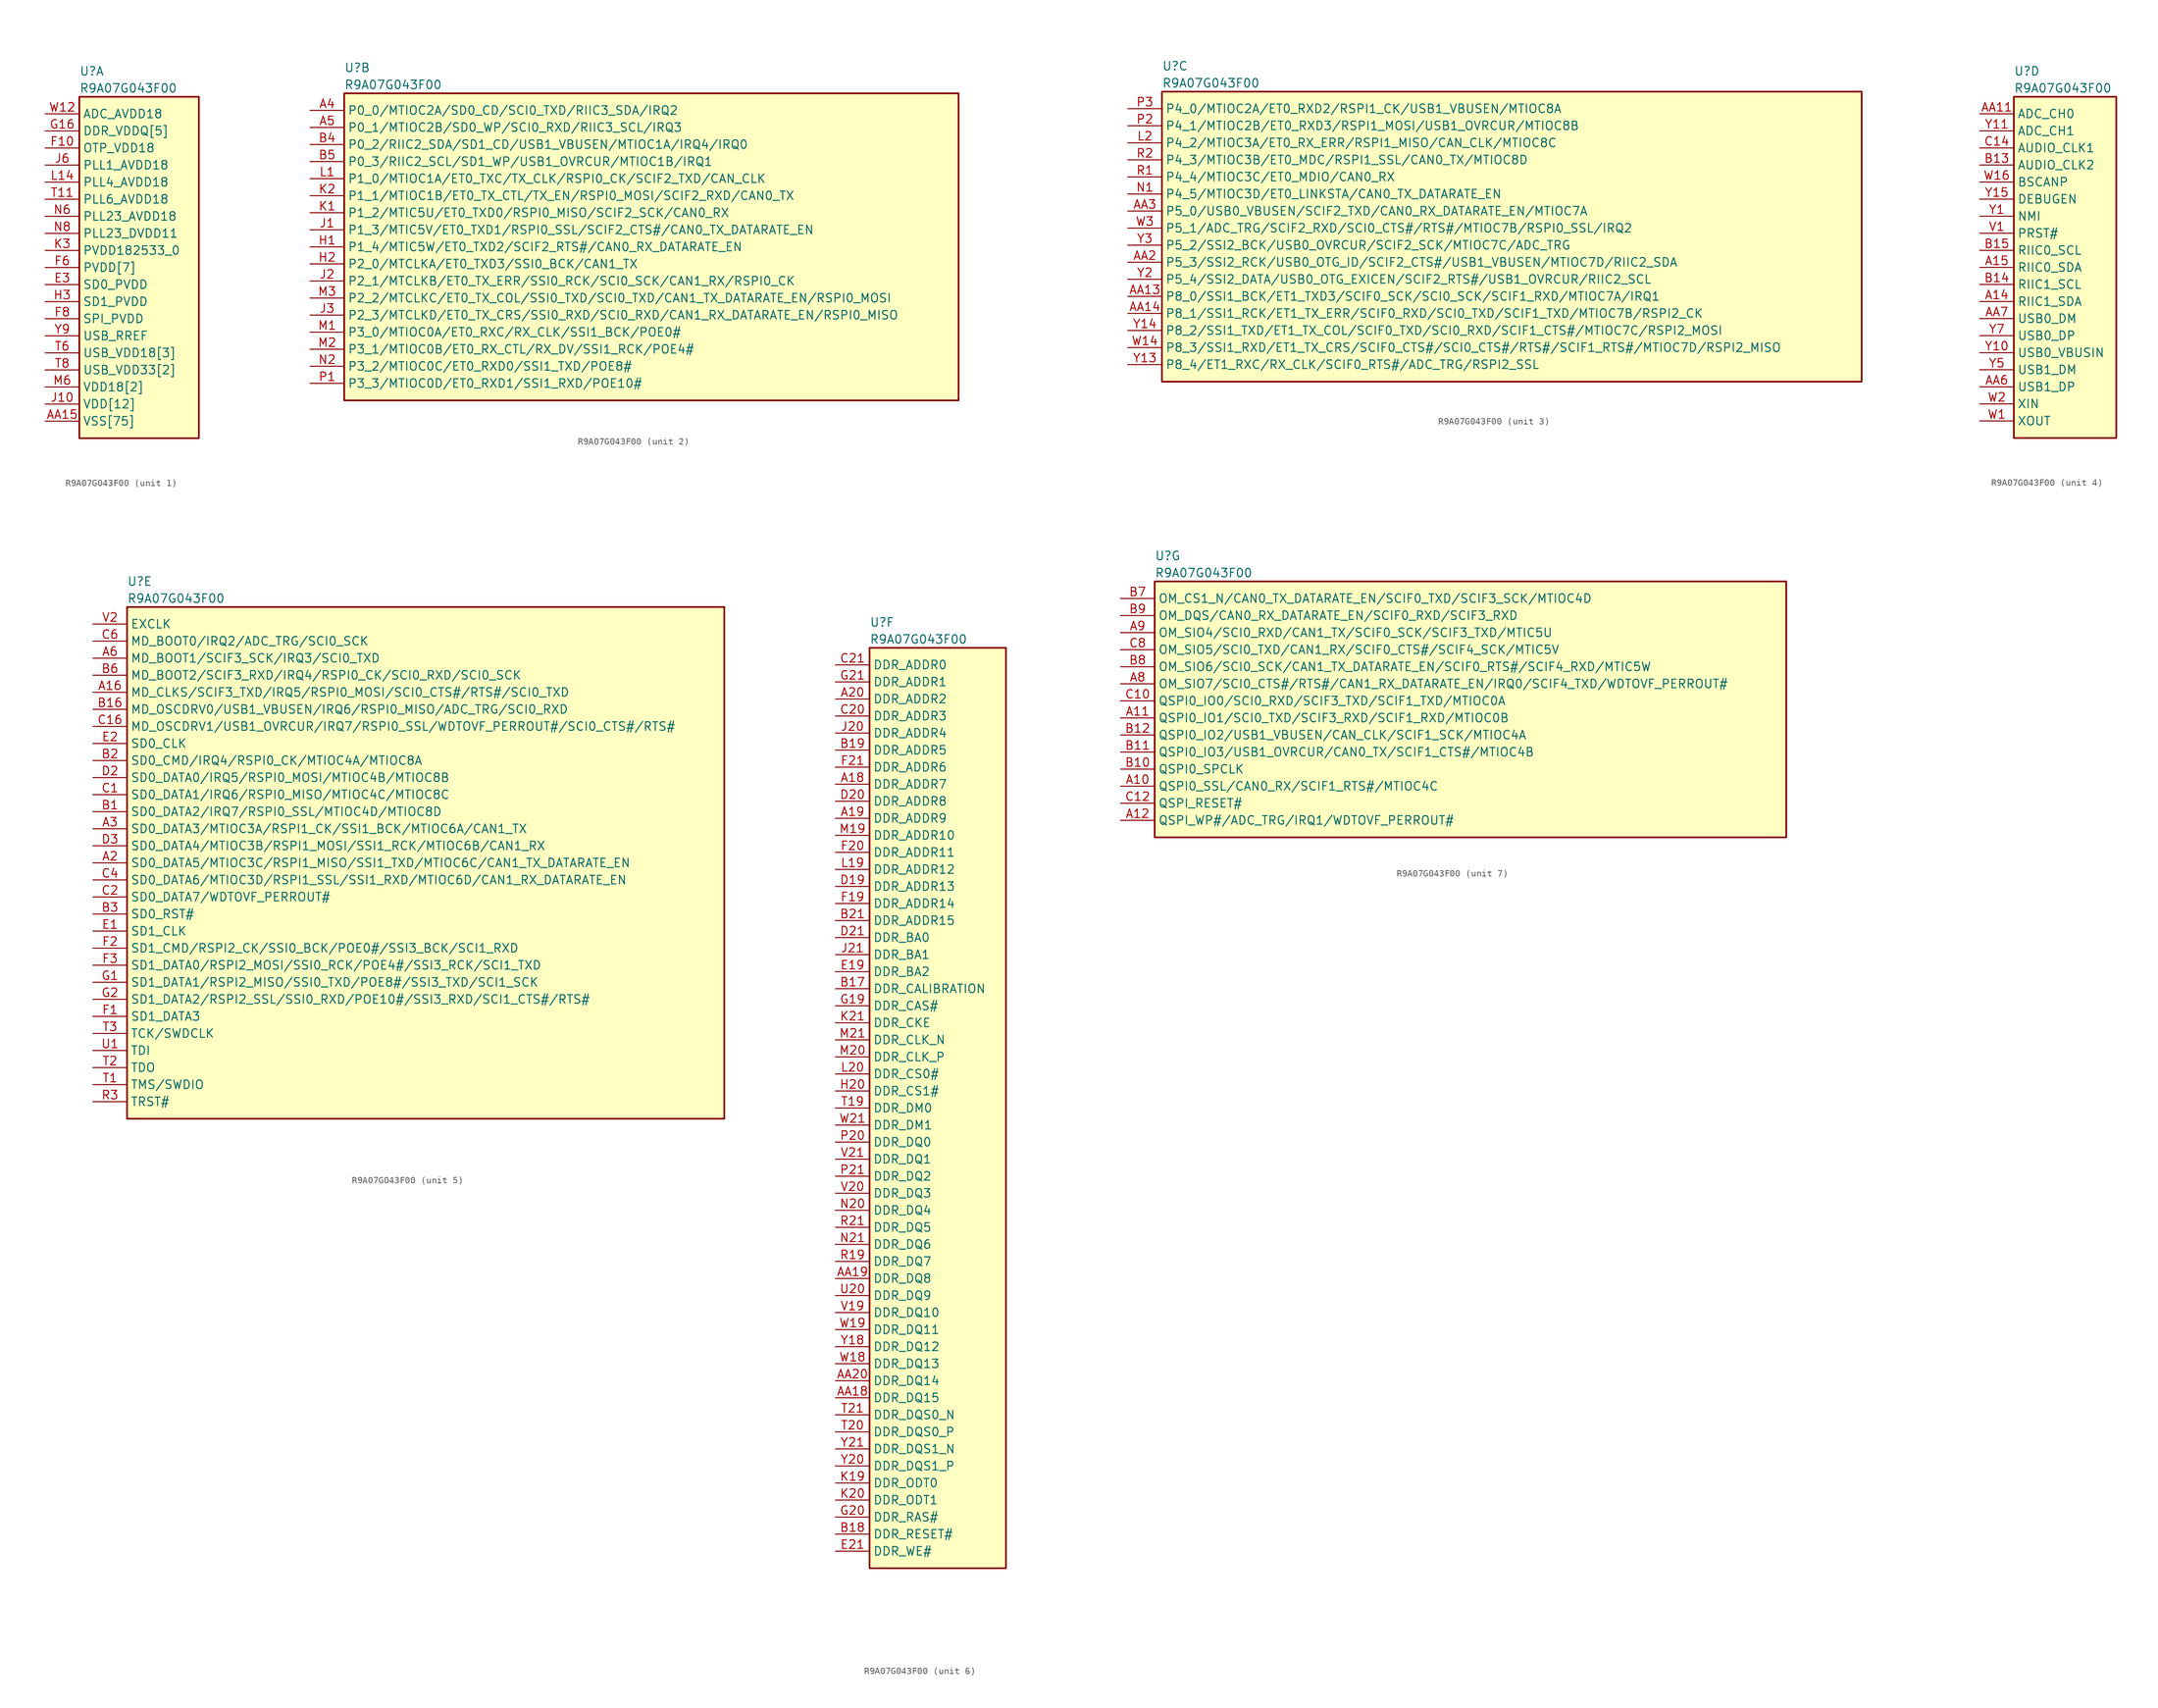
<source format=kicad_sym>
(kicad_symbol_lib
  (version 20211014)
  (generator kicad_symbol_editor)
  (symbol "﻿R9A07G043F00"
    (property "Reference" "U"
      (at 5.08 6.35 0)
      (effects (font (size 1.27 1.27)) (justify left)))
    (property "Value" "﻿R9A07G043F00"
      (at 5.08 3.81 0)
      (effects (font (size 1.27 1.27)) (justify left)))
    (property "ki_locked" ""
      (at 0 0 0)
      (effects (font (size 1.27 1.27))))
    (symbol "﻿R9A07G043F00_1_1"
      (rectangle (start 5.08 2.54) (end 22.86 -48.26) (stroke (width 0.254) (type default) (color 0 0 0 0)) (fill (type background)))
      (pin passive line (at 0 -45.72 0) (length 5.08) hide (name "VSS[75]" (effects (font (size 1.27 1.27)))) (number "A1" (effects (font (size 1.27 1.27)))))
      (pin passive line (at 0 -45.72 0) (length 5.08) hide (name "VSS[75]" (effects (font (size 1.27 1.27)))) (number "A13" (effects (font (size 1.27 1.27)))))
      (pin passive line (at 0 -45.72 0) (length 5.08) hide (name "VSS[75]" (effects (font (size 1.27 1.27)))) (number "A17" (effects (font (size 1.27 1.27)))))
      (pin passive line (at 0 -45.72 0) (length 5.08) hide (name "VSS[75]" (effects (font (size 1.27 1.27)))) (number "A21" (effects (font (size 1.27 1.27)))))
      (pin passive line (at 0 -45.72 0) (length 5.08) hide (name "VSS[75]" (effects (font (size 1.27 1.27)))) (number "A7" (effects (font (size 1.27 1.27)))))
      (pin passive line (at 0 -45.72 0) (length 5.08) hide (name "VSS[75]" (effects (font (size 1.27 1.27)))) (number "AA1" (effects (font (size 1.27 1.27)))))
      (pin passive line (at 0 -45.72 0) (length 5.08) hide (name "VSS[75]" (effects (font (size 1.27 1.27)))) (number "AA10" (effects (font (size 1.27 1.27)))))
      (pin passive line (at 0 -45.72 0) (length 5.08) hide (name "VSS[75]" (effects (font (size 1.27 1.27)))) (number "AA12" (effects (font (size 1.27 1.27)))))
      (pin power_in line (at 0 -45.72 0) (length 5.08) (name "VSS[75]" (effects (font (size 1.27 1.27)))) (number "AA15" (effects (font (size 1.27 1.27)))))
      (pin passive line (at 0 -45.72 0) (length 5.08) hide (name "VSS[75]" (effects (font (size 1.27 1.27)))) (number "AA16" (effects (font (size 1.27 1.27)))))
      (pin passive line (at 0 -45.72 0) (length 5.08) hide (name "VSS[75]" (effects (font (size 1.27 1.27)))) (number "AA17" (effects (font (size 1.27 1.27)))))
      (pin passive line (at 0 -45.72 0) (length 5.08) hide (name "VSS[75]" (effects (font (size 1.27 1.27)))) (number "AA21" (effects (font (size 1.27 1.27)))))
      (pin passive line (at 0 -45.72 0) (length 5.08) hide (name "VSS[75]" (effects (font (size 1.27 1.27)))) (number "AA4" (effects (font (size 1.27 1.27)))))
      (pin passive line (at 0 -45.72 0) (length 5.08) hide (name "VSS[75]" (effects (font (size 1.27 1.27)))) (number "AA5" (effects (font (size 1.27 1.27)))))
      (pin passive line (at 0 -45.72 0) (length 5.08) hide (name "VSS[75]" (effects (font (size 1.27 1.27)))) (number "AA8" (effects (font (size 1.27 1.27)))))
      (pin passive line (at 0 -45.72 0) (length 5.08) hide (name "VSS[75]" (effects (font (size 1.27 1.27)))) (number "AA9" (effects (font (size 1.27 1.27)))))
      (pin passive line (at 0 -45.72 0) (length 5.08) hide (name "VSS[75]" (effects (font (size 1.27 1.27)))) (number "B20" (effects (font (size 1.27 1.27)))))
      (pin passive line (at 0 -45.72 0) (length 5.08) hide (name "VSS[75]" (effects (font (size 1.27 1.27)))) (number "C18" (effects (font (size 1.27 1.27)))))
      (pin passive line (at 0 -45.72 0) (length 5.08) hide (name "VSS[75]" (effects (font (size 1.27 1.27)))) (number "C19" (effects (font (size 1.27 1.27)))))
      (pin passive line (at 0 -45.72 0) (length 5.08) hide (name "VSS[75]" (effects (font (size 1.27 1.27)))) (number "C3" (effects (font (size 1.27 1.27)))))
      (pin passive line (at 0 -45.72 0) (length 5.08) hide (name "VSS[75]" (effects (font (size 1.27 1.27)))) (number "D1" (effects (font (size 1.27 1.27)))))
      (pin passive line (at 0 -45.72 0) (length 5.08) hide (name "VSS[75]" (effects (font (size 1.27 1.27)))) (number "E20" (effects (font (size 1.27 1.27)))))
      (pin power_in line (at 0 -25.4 0) (length 5.08) (name "SD0_PVDD" (effects (font (size 1.27 1.27)))) (number "E3" (effects (font (size 1.27 1.27)))))
      (pin power_in line (at 0 -5.08 0) (length 5.08) (name "OTP_VDD18" (effects (font (size 1.27 1.27)))) (number "F10" (effects (font (size 1.27 1.27)))))
      (pin passive line (at 0 -45.72 0) (length 5.08) hide (name "VSS[75]" (effects (font (size 1.27 1.27)))) (number "F11" (effects (font (size 1.27 1.27)))))
      (pin passive line (at 0 -22.86 0) (length 5.08) hide (name "PVDD[7]" (effects (font (size 1.27 1.27)))) (number "F12" (effects (font (size 1.27 1.27)))))
      (pin passive line (at 0 -45.72 0) (length 5.08) hide (name "VSS[75]" (effects (font (size 1.27 1.27)))) (number "F13" (effects (font (size 1.27 1.27)))))
      (pin passive line (at 0 -22.86 0) (length 5.08) hide (name "PVDD[7]" (effects (font (size 1.27 1.27)))) (number "F14" (effects (font (size 1.27 1.27)))))
      (pin passive line (at 0 -45.72 0) (length 5.08) hide (name "VSS[75]" (effects (font (size 1.27 1.27)))) (number "F15" (effects (font (size 1.27 1.27)))))
      (pin passive line (at 0 -45.72 0) (length 5.08) hide (name "VSS[75]" (effects (font (size 1.27 1.27)))) (number "F16" (effects (font (size 1.27 1.27)))))
      (pin power_in line (at 0 -22.86 0) (length 5.08) (name "PVDD[7]" (effects (font (size 1.27 1.27)))) (number "F6" (effects (font (size 1.27 1.27)))))
      (pin passive line (at 0 -45.72 0) (length 5.08) hide (name "VSS[75]" (effects (font (size 1.27 1.27)))) (number "F7" (effects (font (size 1.27 1.27)))))
      (pin power_in line (at 0 -30.48 0) (length 5.08) (name "SPI_PVDD" (effects (font (size 1.27 1.27)))) (number "F8" (effects (font (size 1.27 1.27)))))
      (pin passive line (at 0 -45.72 0) (length 5.08) hide (name "VSS[75]" (effects (font (size 1.27 1.27)))) (number "F9" (effects (font (size 1.27 1.27)))))
      (pin power_in line (at 0 -2.54 0) (length 5.08) (name "DDR_VDDQ[5]" (effects (font (size 1.27 1.27)))) (number "G16" (effects (font (size 1.27 1.27)))))
      (pin passive line (at 0 -45.72 0) (length 5.08) hide (name "VSS[75]" (effects (font (size 1.27 1.27)))) (number "G3" (effects (font (size 1.27 1.27)))))
      (pin passive line (at 0 -45.72 0) (length 5.08) hide (name "VSS[75]" (effects (font (size 1.27 1.27)))) (number "G6" (effects (font (size 1.27 1.27)))))
      (pin passive line (at 0 -45.72 0) (length 5.08) hide (name "VSS[75]" (effects (font (size 1.27 1.27)))) (number "H11" (effects (font (size 1.27 1.27)))))
      (pin passive line (at 0 -45.72 0) (length 5.08) hide (name "VSS[75]" (effects (font (size 1.27 1.27)))) (number "H13" (effects (font (size 1.27 1.27)))))
      (pin passive line (at 0 -45.72 0) (length 5.08) hide (name "VSS[75]" (effects (font (size 1.27 1.27)))) (number "H16" (effects (font (size 1.27 1.27)))))
      (pin passive line (at 0 -45.72 0) (length 5.08) hide (name "VSS[75]" (effects (font (size 1.27 1.27)))) (number "H19" (effects (font (size 1.27 1.27)))))
      (pin passive line (at 0 -45.72 0) (length 5.08) hide (name "VSS[75]" (effects (font (size 1.27 1.27)))) (number "H21" (effects (font (size 1.27 1.27)))))
      (pin power_in line (at 0 -27.94 0) (length 5.08) (name "SD1_PVDD" (effects (font (size 1.27 1.27)))) (number "H3" (effects (font (size 1.27 1.27)))))
      (pin passive line (at 0 -45.72 0) (length 5.08) hide (name "VSS[75]" (effects (font (size 1.27 1.27)))) (number "H6" (effects (font (size 1.27 1.27)))))
      (pin passive line (at 0 -45.72 0) (length 5.08) hide (name "VSS[75]" (effects (font (size 1.27 1.27)))) (number "H9" (effects (font (size 1.27 1.27)))))
      (pin power_in line (at 0 -43.18 0) (length 5.08) (name "VDD[12]" (effects (font (size 1.27 1.27)))) (number "J10" (effects (font (size 1.27 1.27)))))
      (pin passive line (at 0 -45.72 0) (length 5.08) hide (name "VSS[75]" (effects (font (size 1.27 1.27)))) (number "J12" (effects (font (size 1.27 1.27)))))
      (pin passive line (at 0 -43.18 0) (length 5.08) hide (name "VDD[12]" (effects (font (size 1.27 1.27)))) (number "J14" (effects (font (size 1.27 1.27)))))
      (pin passive line (at 0 -2.54 0) (length 5.08) hide (name "DDR_VDDQ[5]" (effects (font (size 1.27 1.27)))) (number "J16" (effects (font (size 1.27 1.27)))))
      (pin passive line (at 0 -45.72 0) (length 5.08) hide (name "VSS[75]" (effects (font (size 1.27 1.27)))) (number "J19" (effects (font (size 1.27 1.27)))))
      (pin power_in line (at 0 -7.62 0) (length 5.08) (name "PLL1_AVDD18" (effects (font (size 1.27 1.27)))) (number "J6" (effects (font (size 1.27 1.27)))))
      (pin passive line (at 0 -45.72 0) (length 5.08) hide (name "VSS[75]" (effects (font (size 1.27 1.27)))) (number "J8" (effects (font (size 1.27 1.27)))))
      (pin passive line (at 0 -43.18 0) (length 5.08) hide (name "VDD[12]" (effects (font (size 1.27 1.27)))) (number "K11" (effects (font (size 1.27 1.27)))))
      (pin passive line (at 0 -43.18 0) (length 5.08) hide (name "VDD[12]" (effects (font (size 1.27 1.27)))) (number "K13" (effects (font (size 1.27 1.27)))))
      (pin passive line (at 0 -45.72 0) (length 5.08) hide (name "VSS[75]" (effects (font (size 1.27 1.27)))) (number "K16" (effects (font (size 1.27 1.27)))))
      (pin power_in line (at 0 -20.32 0) (length 5.08) (name "PVDD182533_0" (effects (font (size 1.27 1.27)))) (number "K3" (effects (font (size 1.27 1.27)))))
      (pin passive line (at 0 -45.72 0) (length 5.08) hide (name "VSS[75]" (effects (font (size 1.27 1.27)))) (number "K6" (effects (font (size 1.27 1.27)))))
      (pin passive line (at 0 -43.18 0) (length 5.08) hide (name "VDD[12]" (effects (font (size 1.27 1.27)))) (number "K9" (effects (font (size 1.27 1.27)))))
      (pin passive line (at 0 -43.18 0) (length 5.08) hide (name "VDD[12]" (effects (font (size 1.27 1.27)))) (number "L10" (effects (font (size 1.27 1.27)))))
      (pin passive line (at 0 -43.18 0) (length 5.08) hide (name "VDD[12]" (effects (font (size 1.27 1.27)))) (number "L12" (effects (font (size 1.27 1.27)))))
      (pin power_in line (at 0 -10.16 0) (length 5.08) (name "PLL4_AVDD18" (effects (font (size 1.27 1.27)))) (number "L14" (effects (font (size 1.27 1.27)))))
      (pin passive line (at 0 -2.54 0) (length 5.08) hide (name "DDR_VDDQ[5]" (effects (font (size 1.27 1.27)))) (number "L16" (effects (font (size 1.27 1.27)))))
      (pin passive line (at 0 -45.72 0) (length 5.08) hide (name "VSS[75]" (effects (font (size 1.27 1.27)))) (number "L21" (effects (font (size 1.27 1.27)))))
      (pin passive line (at 0 -45.72 0) (length 5.08) hide (name "VSS[75]" (effects (font (size 1.27 1.27)))) (number "L3" (effects (font (size 1.27 1.27)))))
      (pin passive line (at 0 -45.72 0) (length 5.08) hide (name "VSS[75]" (effects (font (size 1.27 1.27)))) (number "L6" (effects (font (size 1.27 1.27)))))
      (pin passive line (at 0 -45.72 0) (length 5.08) hide (name "VSS[75]" (effects (font (size 1.27 1.27)))) (number "L8" (effects (font (size 1.27 1.27)))))
      (pin passive line (at 0 -43.18 0) (length 5.08) hide (name "VDD[12]" (effects (font (size 1.27 1.27)))) (number "M11" (effects (font (size 1.27 1.27)))))
      (pin passive line (at 0 -43.18 0) (length 5.08) hide (name "VDD[12]" (effects (font (size 1.27 1.27)))) (number "M13" (effects (font (size 1.27 1.27)))))
      (pin passive line (at 0 -45.72 0) (length 5.08) hide (name "VSS[75]" (effects (font (size 1.27 1.27)))) (number "M16" (effects (font (size 1.27 1.27)))))
      (pin power_in line (at 0 -40.64 0) (length 5.08) (name "VDD18[2]" (effects (font (size 1.27 1.27)))) (number "M6" (effects (font (size 1.27 1.27)))))
      (pin passive line (at 0 -43.18 0) (length 5.08) hide (name "VDD[12]" (effects (font (size 1.27 1.27)))) (number "M9" (effects (font (size 1.27 1.27)))))
      (pin passive line (at 0 -43.18 0) (length 5.08) hide (name "VDD[12]" (effects (font (size 1.27 1.27)))) (number "N10" (effects (font (size 1.27 1.27)))))
      (pin passive line (at 0 -43.18 0) (length 5.08) hide (name "VDD[12]" (effects (font (size 1.27 1.27)))) (number "N12" (effects (font (size 1.27 1.27)))))
      (pin passive line (at 0 -45.72 0) (length 5.08) hide (name "VSS[75]" (effects (font (size 1.27 1.27)))) (number "N14" (effects (font (size 1.27 1.27)))))
      (pin passive line (at 0 -2.54 0) (length 5.08) hide (name "DDR_VDDQ[5]" (effects (font (size 1.27 1.27)))) (number "N16" (effects (font (size 1.27 1.27)))))
      (pin passive line (at 0 -45.72 0) (length 5.08) hide (name "VSS[75]" (effects (font (size 1.27 1.27)))) (number "N19" (effects (font (size 1.27 1.27)))))
      (pin passive line (at 0 -45.72 0) (length 5.08) hide (name "VSS[75]" (effects (font (size 1.27 1.27)))) (number "N3" (effects (font (size 1.27 1.27)))))
      (pin power_in line (at 0 -15.24 0) (length 5.08) (name "PLL23_AVDD18" (effects (font (size 1.27 1.27)))) (number "N6" (effects (font (size 1.27 1.27)))))
      (pin power_in line (at 0 -17.78 0) (length 5.08) (name "PLL23_DVDD11" (effects (font (size 1.27 1.27)))) (number "N8" (effects (font (size 1.27 1.27)))))
      (pin passive line (at 0 -45.72 0) (length 5.08) hide (name "VSS[75]" (effects (font (size 1.27 1.27)))) (number "P11" (effects (font (size 1.27 1.27)))))
      (pin passive line (at 0 -45.72 0) (length 5.08) hide (name "VSS[75]" (effects (font (size 1.27 1.27)))) (number "P13" (effects (font (size 1.27 1.27)))))
      (pin passive line (at 0 -45.72 0) (length 5.08) hide (name "VSS[75]" (effects (font (size 1.27 1.27)))) (number "P16" (effects (font (size 1.27 1.27)))))
      (pin passive line (at 0 -45.72 0) (length 5.08) hide (name "VSS[75]" (effects (font (size 1.27 1.27)))) (number "P19" (effects (font (size 1.27 1.27)))))
      (pin passive line (at 0 -45.72 0) (length 5.08) hide (name "VSS[75]" (effects (font (size 1.27 1.27)))) (number "P6" (effects (font (size 1.27 1.27)))))
      (pin passive line (at 0 -45.72 0) (length 5.08) hide (name "VSS[75]" (effects (font (size 1.27 1.27)))) (number "P9" (effects (font (size 1.27 1.27)))))
      (pin passive line (at 0 -2.54 0) (length 5.08) hide (name "DDR_VDDQ[5]" (effects (font (size 1.27 1.27)))) (number "R16" (effects (font (size 1.27 1.27)))))
      (pin passive line (at 0 -45.72 0) (length 5.08) hide (name "VSS[75]" (effects (font (size 1.27 1.27)))) (number "R20" (effects (font (size 1.27 1.27)))))
      (pin passive line (at 0 -45.72 0) (length 5.08) hide (name "VSS[75]" (effects (font (size 1.27 1.27)))) (number "R6" (effects (font (size 1.27 1.27)))))
      (pin passive line (at 0 -45.72 0) (length 5.08) hide (name "VSS[75]" (effects (font (size 1.27 1.27)))) (number "T10" (effects (font (size 1.27 1.27)))))
      (pin power_in line (at 0 -12.7 0) (length 5.08) (name "PLL6_AVDD18" (effects (font (size 1.27 1.27)))) (number "T11" (effects (font (size 1.27 1.27)))))
      (pin passive line (at 0 -45.72 0) (length 5.08) hide (name "VSS[75]" (effects (font (size 1.27 1.27)))) (number "T12" (effects (font (size 1.27 1.27)))))
      (pin passive line (at 0 -22.86 0) (length 5.08) hide (name "PVDD[7]" (effects (font (size 1.27 1.27)))) (number "T13" (effects (font (size 1.27 1.27)))))
      (pin passive line (at 0 -45.72 0) (length 5.08) hide (name "VSS[75]" (effects (font (size 1.27 1.27)))) (number "T14" (effects (font (size 1.27 1.27)))))
      (pin passive line (at 0 -22.86 0) (length 5.08) hide (name "PVDD[7]" (effects (font (size 1.27 1.27)))) (number "T15" (effects (font (size 1.27 1.27)))))
      (pin passive line (at 0 -45.72 0) (length 5.08) hide (name "VSS[75]" (effects (font (size 1.27 1.27)))) (number "T16" (effects (font (size 1.27 1.27)))))
      (pin power_in line (at 0 -35.56 0) (length 5.08) (name "USB_VDD18[3]" (effects (font (size 1.27 1.27)))) (number "T6" (effects (font (size 1.27 1.27)))))
      (pin passive line (at 0 -35.56 0) (length 5.08) hide (name "USB_VDD18[3]" (effects (font (size 1.27 1.27)))) (number "T7" (effects (font (size 1.27 1.27)))))
      (pin power_in line (at 0 -38.1 0) (length 5.08) (name "USB_VDD33[2]" (effects (font (size 1.27 1.27)))) (number "T8" (effects (font (size 1.27 1.27)))))
      (pin passive line (at 0 -38.1 0) (length 5.08) hide (name "USB_VDD33[2]" (effects (font (size 1.27 1.27)))) (number "T9" (effects (font (size 1.27 1.27)))))
      (pin passive line (at 0 -45.72 0) (length 5.08) hide (name "VSS[75]" (effects (font (size 1.27 1.27)))) (number "U19" (effects (font (size 1.27 1.27)))))
      (pin passive line (at 0 -45.72 0) (length 5.08) hide (name "VSS[75]" (effects (font (size 1.27 1.27)))) (number "U2" (effects (font (size 1.27 1.27)))))
      (pin passive line (at 0 -45.72 0) (length 5.08) hide (name "VSS[75]" (effects (font (size 1.27 1.27)))) (number "U21" (effects (font (size 1.27 1.27)))))
      (pin passive line (at 0 -45.72 0) (length 5.08) hide (name "VSS[75]" (effects (font (size 1.27 1.27)))) (number "U3" (effects (font (size 1.27 1.27)))))
      (pin passive line (at 0 -45.72 0) (length 5.08) hide (name "VSS[75]" (effects (font (size 1.27 1.27)))) (number "V3" (effects (font (size 1.27 1.27)))))
      (pin passive line (at 0 -22.86 0) (length 5.08) hide (name "PVDD[7]" (effects (font (size 1.27 1.27)))) (number "W10" (effects (font (size 1.27 1.27)))))
      (pin power_in line (at 0 0 0) (length 5.08) (name "ADC_AVDD18" (effects (font (size 1.27 1.27)))) (number "W12" (effects (font (size 1.27 1.27)))))
      (pin passive line (at 0 -45.72 0) (length 5.08) hide (name "VSS[75]" (effects (font (size 1.27 1.27)))) (number "W20" (effects (font (size 1.27 1.27)))))
      (pin passive line (at 0 -22.86 0) (length 5.08) hide (name "PVDD[7]" (effects (font (size 1.27 1.27)))) (number "W4" (effects (font (size 1.27 1.27)))))
      (pin passive line (at 0 -35.56 0) (length 5.08) hide (name "USB_VDD18[3]" (effects (font (size 1.27 1.27)))) (number "W6" (effects (font (size 1.27 1.27)))))
      (pin passive line (at 0 -40.64 0) (length 5.08) hide (name "VDD18[2]" (effects (font (size 1.27 1.27)))) (number "W8" (effects (font (size 1.27 1.27)))))
      (pin passive line (at 0 -45.72 0) (length 5.08) hide (name "VSS[75]" (effects (font (size 1.27 1.27)))) (number "Y12" (effects (font (size 1.27 1.27)))))
      (pin passive line (at 0 -45.72 0) (length 5.08) hide (name "VSS[75]" (effects (font (size 1.27 1.27)))) (number "Y16" (effects (font (size 1.27 1.27)))))
      (pin passive line (at 0 -45.72 0) (length 5.08) hide (name "VSS[75]" (effects (font (size 1.27 1.27)))) (number "Y17" (effects (font (size 1.27 1.27)))))
      (pin passive line (at 0 -45.72 0) (length 5.08) hide (name "VSS[75]" (effects (font (size 1.27 1.27)))) (number "Y19" (effects (font (size 1.27 1.27)))))
      (pin passive line (at 0 -45.72 0) (length 5.08) hide (name "VSS[75]" (effects (font (size 1.27 1.27)))) (number "Y4" (effects (font (size 1.27 1.27)))))
      (pin passive line (at 0 -45.72 0) (length 5.08) hide (name "VSS[75]" (effects (font (size 1.27 1.27)))) (number "Y6" (effects (font (size 1.27 1.27)))))
      (pin passive line (at 0 -45.72 0) (length 5.08) hide (name "VSS[75]" (effects (font (size 1.27 1.27)))) (number "Y8" (effects (font (size 1.27 1.27)))))
      (pin power_in line (at 0 -33.02 0) (length 5.08) (name "USB_RREF" (effects (font (size 1.27 1.27)))) (number "Y9" (effects (font (size 1.27 1.27))))))
    (symbol "﻿R9A07G043F00_2_1"
      (rectangle (start 5.08 2.54) (end 96.52 -43.18) (stroke (width 0.254) (type default) (color 0 0 0 0)) (fill (type background)))
      (pin bidirectional line (at 0 0 0) (length 5.08) (name "P0_0/MTIOC2A/SD0_CD/SCI0_TXD/RIIC3_SDA/IRQ2" (effects (font (size 1.27 1.27)))) (number "A4" (effects (font (size 1.27 1.27)))))
      (pin bidirectional line (at 0 -2.54 0) (length 5.08) (name "P0_1/MTIOC2B/SD0_WP/SCI0_RXD/RIIC3_SCL/IRQ3" (effects (font (size 1.27 1.27)))) (number "A5" (effects (font (size 1.27 1.27)))))
      (pin bidirectional line (at 0 -5.08 0) (length 5.08) (name "P0_2/RIIC2_SDA/SD1_CD/USB1_VBUSEN/MTIOC1A/IRQ4/IRQ0" (effects (font (size 1.27 1.27)))) (number "B4" (effects (font (size 1.27 1.27)))))
      (pin bidirectional line (at 0 -7.62 0) (length 5.08) (name "P0_3/RIIC2_SCL/SD1_WP/USB1_OVRCUR/MTIOC1B/IRQ1" (effects (font (size 1.27 1.27)))) (number "B5" (effects (font (size 1.27 1.27)))))
      (pin bidirectional line (at 0 -20.32 0) (length 5.08) (name "P1_4/MTIC5W/ET0_TXD2/SCIF2_RTS#/CAN0_RX_DATARATE_EN" (effects (font (size 1.27 1.27)))) (number "H1" (effects (font (size 1.27 1.27)))))
      (pin bidirectional line (at 0 -22.86 0) (length 5.08) (name "P2_0/MTCLKA/ET0_TXD3/SSI0_BCK/CAN1_TX" (effects (font (size 1.27 1.27)))) (number "H2" (effects (font (size 1.27 1.27)))))
      (pin bidirectional line (at 0 -17.78 0) (length 5.08) (name "P1_3/MTIC5V/ET0_TXD1/RSPI0_SSL/SCIF2_CTS#/CAN0_TX_DATARATE_EN" (effects (font (size 1.27 1.27)))) (number "J1" (effects (font (size 1.27 1.27)))))
      (pin bidirectional line (at 0 -25.4 0) (length 5.08) (name "P2_1/MTCLKB/ET0_TX_ERR/SSI0_RCK/SCI0_SCK/CAN1_RX/RSPI0_CK" (effects (font (size 1.27 1.27)))) (number "J2" (effects (font (size 1.27 1.27)))))
      (pin bidirectional line (at 0 -30.48 0) (length 5.08) (name "P2_3/MTCLKD/ET0_TX_CRS/SSI0_RXD/SCI0_RXD/CAN1_RX_DATARATE_EN/RSPI0_MISO" (effects (font (size 1.27 1.27)))) (number "J3" (effects (font (size 1.27 1.27)))))
      (pin bidirectional line (at 0 -15.24 0) (length 5.08) (name "P1_2/MTIC5U/ET0_TXD0/RSPI0_MISO/SCIF2_SCK/CAN0_RX" (effects (font (size 1.27 1.27)))) (number "K1" (effects (font (size 1.27 1.27)))))
      (pin bidirectional line (at 0 -12.7 0) (length 5.08) (name "P1_1/MTIOC1B/ET0_TX_CTL/TX_EN/RSPI0_MOSI/SCIF2_RXD/CAN0_TX" (effects (font (size 1.27 1.27)))) (number "K2" (effects (font (size 1.27 1.27)))))
      (pin bidirectional line (at 0 -10.16 0) (length 5.08) (name "P1_0/MTIOC1A/ET0_TXC/TX_CLK/RSPI0_CK/SCIF2_TXD/CAN_CLK" (effects (font (size 1.27 1.27)))) (number "L1" (effects (font (size 1.27 1.27)))))
      (pin bidirectional line (at 0 -33.02 0) (length 5.08) (name "P3_0/MTIOC0A/ET0_RXC/RX_CLK/SSI1_BCK/POE0#" (effects (font (size 1.27 1.27)))) (number "M1" (effects (font (size 1.27 1.27)))))
      (pin bidirectional line (at 0 -35.56 0) (length 5.08) (name "P3_1/MTIOC0B/ET0_RX_CTL/RX_DV/SSI1_RCK/POE4#" (effects (font (size 1.27 1.27)))) (number "M2" (effects (font (size 1.27 1.27)))))
      (pin bidirectional line (at 0 -27.94 0) (length 5.08) (name "P2_2/MTCLKC/ET0_TX_COL/SSI0_TXD/SCI0_TXD/CAN1_TX_DATARATE_EN/RSPI0_MOSI" (effects (font (size 1.27 1.27)))) (number "M3" (effects (font (size 1.27 1.27)))))
      (pin bidirectional line (at 0 -38.1 0) (length 5.08) (name "P3_2/MTIOC0C/ET0_RXD0/SSI1_TXD/POE8#" (effects (font (size 1.27 1.27)))) (number "N2" (effects (font (size 1.27 1.27)))))
      (pin bidirectional line (at 0 -40.64 0) (length 5.08) (name "P3_3/MTIOC0D/ET0_RXD1/SSI1_RXD/POE10#" (effects (font (size 1.27 1.27)))) (number "P1" (effects (font (size 1.27 1.27))))))
    (symbol "﻿R9A07G043F00_3_1"
      (rectangle (start 5.08 2.54) (end 109.22 -40.64) (stroke (width 0.254) (type default) (color 0 0 0 0)) (fill (type background)))
      (pin bidirectional line (at 0 -27.94 0) (length 5.08) (name "P8_0/SSI1_BCK/ET1_TXD3/SCIF0_SCK/SCI0_SCK/SCIF1_RXD/MTIOC7A/IRQ1" (effects (font (size 1.27 1.27)))) (number "AA13" (effects (font (size 1.27 1.27)))))
      (pin bidirectional line (at 0 -30.48 0) (length 5.08) (name "P8_1/SSI1_RCK/ET1_TX_ERR/SCIF0_RXD/SCI0_TXD/SCIF1_TXD/MTIOC7B/RSPI2_CK" (effects (font (size 1.27 1.27)))) (number "AA14" (effects (font (size 1.27 1.27)))))
      (pin bidirectional line (at 0 -22.86 0) (length 5.08) (name "P5_3/SSI2_RCK/USB0_OTG_ID/SCIF2_CTS#/USB1_VBUSEN/MTIOC7D/RIIC2_SDA" (effects (font (size 1.27 1.27)))) (number "AA2" (effects (font (size 1.27 1.27)))))
      (pin bidirectional line (at 0 -15.24 0) (length 5.08) (name "P5_0/USB0_VBUSEN/SCIF2_TXD/CAN0_RX_DATARATE_EN/MTIOC7A" (effects (font (size 1.27 1.27)))) (number "AA3" (effects (font (size 1.27 1.27)))))
      (pin bidirectional line (at 0 -5.08 0) (length 5.08) (name "P4_2/MTIOC3A/ET0_RX_ERR/RSPI1_MISO/CAN_CLK/MTIOC8C" (effects (font (size 1.27 1.27)))) (number "L2" (effects (font (size 1.27 1.27)))))
      (pin bidirectional line (at 0 -12.7 0) (length 5.08) (name "P4_5/MTIOC3D/ET0_LINKSTA/CAN0_TX_DATARATE_EN" (effects (font (size 1.27 1.27)))) (number "N1" (effects (font (size 1.27 1.27)))))
      (pin bidirectional line (at 0 -2.54 0) (length 5.08) (name "P4_1/MTIOC2B/ET0_RXD3/RSPI1_MOSI/USB1_OVRCUR/MTIOC8B" (effects (font (size 1.27 1.27)))) (number "P2" (effects (font (size 1.27 1.27)))))
      (pin bidirectional line (at 0 0 0) (length 5.08) (name "P4_0/MTIOC2A/ET0_RXD2/RSPI1_CK/USB1_VBUSEN/MTIOC8A" (effects (font (size 1.27 1.27)))) (number "P3" (effects (font (size 1.27 1.27)))))
      (pin bidirectional line (at 0 -10.16 0) (length 5.08) (name "P4_4/MTIOC3C/ET0_MDIO/CAN0_RX" (effects (font (size 1.27 1.27)))) (number "R1" (effects (font (size 1.27 1.27)))))
      (pin bidirectional line (at 0 -7.62 0) (length 5.08) (name "P4_3/MTIOC3B/ET0_MDC/RSPI1_SSL/CAN0_TX/MTIOC8D" (effects (font (size 1.27 1.27)))) (number "R2" (effects (font (size 1.27 1.27)))))
      (pin bidirectional line (at 0 -35.56 0) (length 5.08) (name "P8_3/SSI1_RXD/ET1_TX_CRS/SCIF0_CTS#/SCI0_CTS#/RTS#/SCIF1_RTS#/MTIOC7D/RSPI2_MISO" (effects (font (size 1.27 1.27)))) (number "W14" (effects (font (size 1.27 1.27)))))
      (pin bidirectional line (at 0 -17.78 0) (length 5.08) (name "P5_1/ADC_TRG/SCIF2_RXD/SCI0_CTS#/RTS#/MTIOC7B/RSPI0_SSL/IRQ2" (effects (font (size 1.27 1.27)))) (number "W3" (effects (font (size 1.27 1.27)))))
      (pin bidirectional line (at 0 -38.1 0) (length 5.08) (name "P8_4/ET1_RXC/RX_CLK/SCIF0_RTS#/ADC_TRG/RSPI2_SSL" (effects (font (size 1.27 1.27)))) (number "Y13" (effects (font (size 1.27 1.27)))))
      (pin bidirectional line (at 0 -33.02 0) (length 5.08) (name "P8_2/SSI1_TXD/ET1_TX_COL/SCIF0_TXD/SCI0_RXD/SCIF1_CTS#/MTIOC7C/RSPI2_MOSI" (effects (font (size 1.27 1.27)))) (number "Y14" (effects (font (size 1.27 1.27)))))
      (pin bidirectional line (at 0 -25.4 0) (length 5.08) (name "P5_4/SSI2_DATA/USB0_OTG_EXICEN/SCIF2_RTS#/USB1_OVRCUR/RIIC2_SCL" (effects (font (size 1.27 1.27)))) (number "Y2" (effects (font (size 1.27 1.27)))))
      (pin bidirectional line (at 0 -20.32 0) (length 5.08) (name "P5_2/SSI2_BCK/USB0_OVRCUR/SCIF2_SCK/MTIOC7C/ADC_TRG" (effects (font (size 1.27 1.27)))) (number "Y3" (effects (font (size 1.27 1.27))))))
    (symbol "﻿R9A07G043F00_4_1"
      (rectangle (start 5.08 2.54) (end 20.32 -48.26) (stroke (width 0.254) (type default) (color 0 0 0 0)) (fill (type background)))
      (pin bidirectional line (at 0 -27.94 0) (length 5.08) (name "RIIC1_SDA" (effects (font (size 1.27 1.27)))) (number "A14" (effects (font (size 1.27 1.27)))))
      (pin bidirectional line (at 0 -22.86 0) (length 5.08) (name "RIIC0_SDA" (effects (font (size 1.27 1.27)))) (number "A15" (effects (font (size 1.27 1.27)))))
      (pin input line (at 0 0 0) (length 5.08) (name "ADC_CH0" (effects (font (size 1.27 1.27)))) (number "AA11" (effects (font (size 1.27 1.27)))))
      (pin bidirectional line (at 0 -40.64 0) (length 5.08) (name "USB1_DP" (effects (font (size 1.27 1.27)))) (number "AA6" (effects (font (size 1.27 1.27)))))
      (pin bidirectional line (at 0 -30.48 0) (length 5.08) (name "USB0_DM" (effects (font (size 1.27 1.27)))) (number "AA7" (effects (font (size 1.27 1.27)))))
      (pin input line (at 0 -7.62 0) (length 5.08) (name "AUDIO_CLK2" (effects (font (size 1.27 1.27)))) (number "B13" (effects (font (size 1.27 1.27)))))
      (pin bidirectional line (at 0 -25.4 0) (length 5.08) (name "RIIC1_SCL" (effects (font (size 1.27 1.27)))) (number "B14" (effects (font (size 1.27 1.27)))))
      (pin bidirectional line (at 0 -20.32 0) (length 5.08) (name "RIIC0_SCL" (effects (font (size 1.27 1.27)))) (number "B15" (effects (font (size 1.27 1.27)))))
      (pin input line (at 0 -5.08 0) (length 5.08) (name "AUDIO_CLK1" (effects (font (size 1.27 1.27)))) (number "C14" (effects (font (size 1.27 1.27)))))
      (pin input line (at 0 -17.78 0) (length 5.08) (name "PRST#" (effects (font (size 1.27 1.27)))) (number "V1" (effects (font (size 1.27 1.27)))))
      (pin output line (at 0 -45.72 0) (length 5.08) (name "XOUT" (effects (font (size 1.27 1.27)))) (number "W1" (effects (font (size 1.27 1.27)))))
      (pin input line (at 0 -10.16 0) (length 5.08) (name "BSCANP" (effects (font (size 1.27 1.27)))) (number "W16" (effects (font (size 1.27 1.27)))))
      (pin input line (at 0 -43.18 0) (length 5.08) (name "XIN" (effects (font (size 1.27 1.27)))) (number "W2" (effects (font (size 1.27 1.27)))))
      (pin input line (at 0 -15.24 0) (length 5.08) (name "NMI" (effects (font (size 1.27 1.27)))) (number "Y1" (effects (font (size 1.27 1.27)))))
      (pin input line (at 0 -35.56 0) (length 5.08) (name "USB0_VBUSIN" (effects (font (size 1.27 1.27)))) (number "Y10" (effects (font (size 1.27 1.27)))))
      (pin input line (at 0 -2.54 0) (length 5.08) (name "ADC_CH1" (effects (font (size 1.27 1.27)))) (number "Y11" (effects (font (size 1.27 1.27)))))
      (pin input line (at 0 -12.7 0) (length 5.08) (name "DEBUGEN" (effects (font (size 1.27 1.27)))) (number "Y15" (effects (font (size 1.27 1.27)))))
      (pin bidirectional line (at 0 -38.1 0) (length 5.08) (name "USB1_DM" (effects (font (size 1.27 1.27)))) (number "Y5" (effects (font (size 1.27 1.27)))))
      (pin bidirectional line (at 0 -33.02 0) (length 5.08) (name "USB0_DP" (effects (font (size 1.27 1.27)))) (number "Y7" (effects (font (size 1.27 1.27))))))
    (symbol "﻿R9A07G043F00_5_1"
      (rectangle (start 5.08 2.54) (end 93.98 -73.66) (stroke (width 0.254) (type default) (color 0 0 0 0)) (fill (type background)))
      (pin bidirectional line (at 0 -10.16 0) (length 5.08) (name "MD_CLKS/SCIF3_TXD/IRQ5/RSPI0_MOSI/SCI0_CTS#/RTS#/SCI0_TXD" (effects (font (size 1.27 1.27)))) (number "A16" (effects (font (size 1.27 1.27)))))
      (pin bidirectional line (at 0 -35.56 0) (length 5.08) (name "SD0_DATA5/MTIOC3C/RSPI1_MISO/SSI1_TXD/MTIOC6C/CAN1_TX_DATARATE_EN" (effects (font (size 1.27 1.27)))) (number "A2" (effects (font (size 1.27 1.27)))))
      (pin bidirectional line (at 0 -30.48 0) (length 5.08) (name "SD0_DATA3/MTIOC3A/RSPI1_CK/SSI1_BCK/MTIOC6A/CAN1_TX" (effects (font (size 1.27 1.27)))) (number "A3" (effects (font (size 1.27 1.27)))))
      (pin bidirectional line (at 0 -5.08 0) (length 5.08) (name "MD_BOOT1/SCIF3_SCK/IRQ3/SCI0_TXD" (effects (font (size 1.27 1.27)))) (number "A6" (effects (font (size 1.27 1.27)))))
      (pin bidirectional line (at 0 -27.94 0) (length 5.08) (name "SD0_DATA2/IRQ7/RSPI0_SSL/MTIOC4D/MTIOC8D" (effects (font (size 1.27 1.27)))) (number "B1" (effects (font (size 1.27 1.27)))))
      (pin bidirectional line (at 0 -12.7 0) (length 5.08) (name "MD_OSCDRV0/USB1_VBUSEN/IRQ6/RSPI0_MISO/ADC_TRG/SCI0_RXD" (effects (font (size 1.27 1.27)))) (number "B16" (effects (font (size 1.27 1.27)))))
      (pin bidirectional line (at 0 -20.32 0) (length 5.08) (name "SD0_CMD/IRQ4/RSPI0_CK/MTIOC4A/MTIOC8A" (effects (font (size 1.27 1.27)))) (number "B2" (effects (font (size 1.27 1.27)))))
      (pin output line (at 0 -43.18 0) (length 5.08) (name "SD0_RST#" (effects (font (size 1.27 1.27)))) (number "B3" (effects (font (size 1.27 1.27)))))
      (pin bidirectional line (at 0 -7.62 0) (length 5.08) (name "MD_BOOT2/SCIF3_RXD/IRQ4/RSPI0_CK/SCI0_RXD/SCI0_SCK" (effects (font (size 1.27 1.27)))) (number "B6" (effects (font (size 1.27 1.27)))))
      (pin bidirectional line (at 0 -25.4 0) (length 5.08) (name "SD0_DATA1/IRQ6/RSPI0_MISO/MTIOC4C/MTIOC8C" (effects (font (size 1.27 1.27)))) (number "C1" (effects (font (size 1.27 1.27)))))
      (pin bidirectional line (at 0 -15.24 0) (length 5.08) (name "MD_OSCDRV1/USB1_OVRCUR/IRQ7/RSPI0_SSL/WDTOVF_PERROUT#/SCI0_CTS#/RTS#" (effects (font (size 1.27 1.27)))) (number "C16" (effects (font (size 1.27 1.27)))))
      (pin bidirectional line (at 0 -40.64 0) (length 5.08) (name "SD0_DATA7/WDTOVF_PERROUT#" (effects (font (size 1.27 1.27)))) (number "C2" (effects (font (size 1.27 1.27)))))
      (pin bidirectional line (at 0 -38.1 0) (length 5.08) (name "SD0_DATA6/MTIOC3D/RSPI1_SSL/SSI1_RXD/MTIOC6D/CAN1_RX_DATARATE_EN" (effects (font (size 1.27 1.27)))) (number "C4" (effects (font (size 1.27 1.27)))))
      (pin bidirectional line (at 0 -2.54 0) (length 5.08) (name "MD_BOOT0/IRQ2/ADC_TRG/SCI0_SCK" (effects (font (size 1.27 1.27)))) (number "C6" (effects (font (size 1.27 1.27)))))
      (pin bidirectional line (at 0 -22.86 0) (length 5.08) (name "SD0_DATA0/IRQ5/RSPI0_MOSI/MTIOC4B/MTIOC8B" (effects (font (size 1.27 1.27)))) (number "D2" (effects (font (size 1.27 1.27)))))
      (pin bidirectional line (at 0 -33.02 0) (length 5.08) (name "SD0_DATA4/MTIOC3B/RSPI1_MOSI/SSI1_RCK/MTIOC6B/CAN1_RX" (effects (font (size 1.27 1.27)))) (number "D3" (effects (font (size 1.27 1.27)))))
      (pin output line (at 0 -45.72 0) (length 5.08) (name "SD1_CLK" (effects (font (size 1.27 1.27)))) (number "E1" (effects (font (size 1.27 1.27)))))
      (pin output line (at 0 -17.78 0) (length 5.08) (name "SD0_CLK" (effects (font (size 1.27 1.27)))) (number "E2" (effects (font (size 1.27 1.27)))))
      (pin bidirectional line (at 0 -58.42 0) (length 5.08) (name "SD1_DATA3" (effects (font (size 1.27 1.27)))) (number "F1" (effects (font (size 1.27 1.27)))))
      (pin bidirectional line (at 0 -48.26 0) (length 5.08) (name "SD1_CMD/RSPI2_CK/SSI0_BCK/POE0#/SSI3_BCK/SCI1_RXD" (effects (font (size 1.27 1.27)))) (number "F2" (effects (font (size 1.27 1.27)))))
      (pin bidirectional line (at 0 -50.8 0) (length 5.08) (name "SD1_DATA0/RSPI2_MOSI/SSI0_RCK/POE4#/SSI3_RCK/SCI1_TXD" (effects (font (size 1.27 1.27)))) (number "F3" (effects (font (size 1.27 1.27)))))
      (pin bidirectional line (at 0 -53.34 0) (length 5.08) (name "SD1_DATA1/RSPI2_MISO/SSI0_TXD/POE8#/SSI3_TXD/SCI1_SCK" (effects (font (size 1.27 1.27)))) (number "G1" (effects (font (size 1.27 1.27)))))
      (pin bidirectional line (at 0 -55.88 0) (length 5.08) (name "SD1_DATA2/RSPI2_SSL/SSI0_RXD/POE10#/SSI3_RXD/SCI1_CTS#/RTS#" (effects (font (size 1.27 1.27)))) (number "G2" (effects (font (size 1.27 1.27)))))
      (pin input line (at 0 -71.12 0) (length 5.08) (name "TRST#" (effects (font (size 1.27 1.27)))) (number "R3" (effects (font (size 1.27 1.27)))))
      (pin bidirectional line (at 0 -68.58 0) (length 5.08) (name "TMS/SWDIO" (effects (font (size 1.27 1.27)))) (number "T1" (effects (font (size 1.27 1.27)))))
      (pin output line (at 0 -66.04 0) (length 5.08) (name "TDO" (effects (font (size 1.27 1.27)))) (number "T2" (effects (font (size 1.27 1.27)))))
      (pin input line (at 0 -60.96 0) (length 5.08) (name "TCK/SWDCLK" (effects (font (size 1.27 1.27)))) (number "T3" (effects (font (size 1.27 1.27)))))
      (pin input line (at 0 -63.5 0) (length 5.08) (name "TDI" (effects (font (size 1.27 1.27)))) (number "U1" (effects (font (size 1.27 1.27)))))
      (pin input line (at 0 0 0) (length 5.08) (name "EXCLK" (effects (font (size 1.27 1.27)))) (number "V2" (effects (font (size 1.27 1.27))))))
    (symbol "﻿R9A07G043F00_6_1"
      (rectangle (start 5.08 2.54) (end 25.4 -134.62) (stroke (width 0.254) (type default) (color 0 0 0 0)) (fill (type background)))
      (pin output line (at 0 -17.78 0) (length 5.08) (name "DDR_ADDR7" (effects (font (size 1.27 1.27)))) (number "A18" (effects (font (size 1.27 1.27)))))
      (pin output line (at 0 -22.86 0) (length 5.08) (name "DDR_ADDR9" (effects (font (size 1.27 1.27)))) (number "A19" (effects (font (size 1.27 1.27)))))
      (pin output line (at 0 -5.08 0) (length 5.08) (name "DDR_ADDR2" (effects (font (size 1.27 1.27)))) (number "A20" (effects (font (size 1.27 1.27)))))
      (pin bidirectional line (at 0 -109.22 0) (length 5.08) (name "DDR_DQ15" (effects (font (size 1.27 1.27)))) (number "AA18" (effects (font (size 1.27 1.27)))))
      (pin bidirectional line (at 0 -91.44 0) (length 5.08) (name "DDR_DQ8" (effects (font (size 1.27 1.27)))) (number "AA19" (effects (font (size 1.27 1.27)))))
      (pin bidirectional line (at 0 -106.68 0) (length 5.08) (name "DDR_DQ14" (effects (font (size 1.27 1.27)))) (number "AA20" (effects (font (size 1.27 1.27)))))
      (pin bidirectional line (at 0 -48.26 0) (length 5.08) (name "DDR_CALIBRATION" (effects (font (size 1.27 1.27)))) (number "B17" (effects (font (size 1.27 1.27)))))
      (pin output line (at 0 -129.54 0) (length 5.08) (name "DDR_RESET#" (effects (font (size 1.27 1.27)))) (number "B18" (effects (font (size 1.27 1.27)))))
      (pin output line (at 0 -12.7 0) (length 5.08) (name "DDR_ADDR5" (effects (font (size 1.27 1.27)))) (number "B19" (effects (font (size 1.27 1.27)))))
      (pin output line (at 0 -38.1 0) (length 5.08) (name "DDR_ADDR15" (effects (font (size 1.27 1.27)))) (number "B21" (effects (font (size 1.27 1.27)))))
      (pin output line (at 0 -7.62 0) (length 5.08) (name "DDR_ADDR3" (effects (font (size 1.27 1.27)))) (number "C20" (effects (font (size 1.27 1.27)))))
      (pin output line (at 0 0 0) (length 5.08) (name "DDR_ADDR0" (effects (font (size 1.27 1.27)))) (number "C21" (effects (font (size 1.27 1.27)))))
      (pin output line (at 0 -33.02 0) (length 5.08) (name "DDR_ADDR13" (effects (font (size 1.27 1.27)))) (number "D19" (effects (font (size 1.27 1.27)))))
      (pin output line (at 0 -20.32 0) (length 5.08) (name "DDR_ADDR8" (effects (font (size 1.27 1.27)))) (number "D20" (effects (font (size 1.27 1.27)))))
      (pin output line (at 0 -40.64 0) (length 5.08) (name "DDR_BA0" (effects (font (size 1.27 1.27)))) (number "D21" (effects (font (size 1.27 1.27)))))
      (pin output line (at 0 -45.72 0) (length 5.08) (name "DDR_BA2" (effects (font (size 1.27 1.27)))) (number "E19" (effects (font (size 1.27 1.27)))))
      (pin output line (at 0 -132.08 0) (length 5.08) (name "DDR_WE#" (effects (font (size 1.27 1.27)))) (number "E21" (effects (font (size 1.27 1.27)))))
      (pin output line (at 0 -35.56 0) (length 5.08) (name "DDR_ADDR14" (effects (font (size 1.27 1.27)))) (number "F19" (effects (font (size 1.27 1.27)))))
      (pin output line (at 0 -27.94 0) (length 5.08) (name "DDR_ADDR11" (effects (font (size 1.27 1.27)))) (number "F20" (effects (font (size 1.27 1.27)))))
      (pin output line (at 0 -15.24 0) (length 5.08) (name "DDR_ADDR6" (effects (font (size 1.27 1.27)))) (number "F21" (effects (font (size 1.27 1.27)))))
      (pin output line (at 0 -50.8 0) (length 5.08) (name "DDR_CAS#" (effects (font (size 1.27 1.27)))) (number "G19" (effects (font (size 1.27 1.27)))))
      (pin output line (at 0 -127 0) (length 5.08) (name "DDR_RAS#" (effects (font (size 1.27 1.27)))) (number "G20" (effects (font (size 1.27 1.27)))))
      (pin output line (at 0 -2.54 0) (length 5.08) (name "DDR_ADDR1" (effects (font (size 1.27 1.27)))) (number "G21" (effects (font (size 1.27 1.27)))))
      (pin output line (at 0 -63.5 0) (length 5.08) (name "DDR_CS1#" (effects (font (size 1.27 1.27)))) (number "H20" (effects (font (size 1.27 1.27)))))
      (pin output line (at 0 -10.16 0) (length 5.08) (name "DDR_ADDR4" (effects (font (size 1.27 1.27)))) (number "J20" (effects (font (size 1.27 1.27)))))
      (pin output line (at 0 -43.18 0) (length 5.08) (name "DDR_BA1" (effects (font (size 1.27 1.27)))) (number "J21" (effects (font (size 1.27 1.27)))))
      (pin output line (at 0 -121.92 0) (length 5.08) (name "DDR_ODT0" (effects (font (size 1.27 1.27)))) (number "K19" (effects (font (size 1.27 1.27)))))
      (pin output line (at 0 -124.46 0) (length 5.08) (name "DDR_ODT1" (effects (font (size 1.27 1.27)))) (number "K20" (effects (font (size 1.27 1.27)))))
      (pin output line (at 0 -53.34 0) (length 5.08) (name "DDR_CKE" (effects (font (size 1.27 1.27)))) (number "K21" (effects (font (size 1.27 1.27)))))
      (pin output line (at 0 -30.48 0) (length 5.08) (name "DDR_ADDR12" (effects (font (size 1.27 1.27)))) (number "L19" (effects (font (size 1.27 1.27)))))
      (pin output line (at 0 -60.96 0) (length 5.08) (name "DDR_CS0#" (effects (font (size 1.27 1.27)))) (number "L20" (effects (font (size 1.27 1.27)))))
      (pin output line (at 0 -25.4 0) (length 5.08) (name "DDR_ADDR10" (effects (font (size 1.27 1.27)))) (number "M19" (effects (font (size 1.27 1.27)))))
      (pin output line (at 0 -58.42 0) (length 5.08) (name "DDR_CLK_P" (effects (font (size 1.27 1.27)))) (number "M20" (effects (font (size 1.27 1.27)))))
      (pin output line (at 0 -55.88 0) (length 5.08) (name "DDR_CLK_N" (effects (font (size 1.27 1.27)))) (number "M21" (effects (font (size 1.27 1.27)))))
      (pin bidirectional line (at 0 -81.28 0) (length 5.08) (name "DDR_DQ4" (effects (font (size 1.27 1.27)))) (number "N20" (effects (font (size 1.27 1.27)))))
      (pin bidirectional line (at 0 -86.36 0) (length 5.08) (name "DDR_DQ6" (effects (font (size 1.27 1.27)))) (number "N21" (effects (font (size 1.27 1.27)))))
      (pin bidirectional line (at 0 -71.12 0) (length 5.08) (name "DDR_DQ0" (effects (font (size 1.27 1.27)))) (number "P20" (effects (font (size 1.27 1.27)))))
      (pin bidirectional line (at 0 -76.2 0) (length 5.08) (name "DDR_DQ2" (effects (font (size 1.27 1.27)))) (number "P21" (effects (font (size 1.27 1.27)))))
      (pin bidirectional line (at 0 -88.9 0) (length 5.08) (name "DDR_DQ7" (effects (font (size 1.27 1.27)))) (number "R19" (effects (font (size 1.27 1.27)))))
      (pin bidirectional line (at 0 -83.82 0) (length 5.08) (name "DDR_DQ5" (effects (font (size 1.27 1.27)))) (number "R21" (effects (font (size 1.27 1.27)))))
      (pin output line (at 0 -66.04 0) (length 5.08) (name "DDR_DM0" (effects (font (size 1.27 1.27)))) (number "T19" (effects (font (size 1.27 1.27)))))
      (pin bidirectional line (at 0 -114.3 0) (length 5.08) (name "DDR_DQS0_P" (effects (font (size 1.27 1.27)))) (number "T20" (effects (font (size 1.27 1.27)))))
      (pin bidirectional line (at 0 -111.76 0) (length 5.08) (name "DDR_DQS0_N" (effects (font (size 1.27 1.27)))) (number "T21" (effects (font (size 1.27 1.27)))))
      (pin bidirectional line (at 0 -93.98 0) (length 5.08) (name "DDR_DQ9" (effects (font (size 1.27 1.27)))) (number "U20" (effects (font (size 1.27 1.27)))))
      (pin bidirectional line (at 0 -96.52 0) (length 5.08) (name "DDR_DQ10" (effects (font (size 1.27 1.27)))) (number "V19" (effects (font (size 1.27 1.27)))))
      (pin bidirectional line (at 0 -78.74 0) (length 5.08) (name "DDR_DQ3" (effects (font (size 1.27 1.27)))) (number "V20" (effects (font (size 1.27 1.27)))))
      (pin bidirectional line (at 0 -73.66 0) (length 5.08) (name "DDR_DQ1" (effects (font (size 1.27 1.27)))) (number "V21" (effects (font (size 1.27 1.27)))))
      (pin bidirectional line (at 0 -104.14 0) (length 5.08) (name "DDR_DQ13" (effects (font (size 1.27 1.27)))) (number "W18" (effects (font (size 1.27 1.27)))))
      (pin bidirectional line (at 0 -99.06 0) (length 5.08) (name "DDR_DQ11" (effects (font (size 1.27 1.27)))) (number "W19" (effects (font (size 1.27 1.27)))))
      (pin output line (at 0 -68.58 0) (length 5.08) (name "DDR_DM1" (effects (font (size 1.27 1.27)))) (number "W21" (effects (font (size 1.27 1.27)))))
      (pin bidirectional line (at 0 -101.6 0) (length 5.08) (name "DDR_DQ12" (effects (font (size 1.27 1.27)))) (number "Y18" (effects (font (size 1.27 1.27)))))
      (pin bidirectional line (at 0 -119.38 0) (length 5.08) (name "DDR_DQS1_P" (effects (font (size 1.27 1.27)))) (number "Y20" (effects (font (size 1.27 1.27)))))
      (pin bidirectional line (at 0 -116.84 0) (length 5.08) (name "DDR_DQS1_N" (effects (font (size 1.27 1.27)))) (number "Y21" (effects (font (size 1.27 1.27))))))
    (symbol "﻿R9A07G043F00_7_1"
      (rectangle (start 5.08 2.54) (end 99.06 -35.56) (stroke (width 0.254) (type default) (color 0 0 0 0)) (fill (type background)))
      (pin bidirectional line (at 0 -27.94 0) (length 5.08) (name "QSPI0_SSL/CAN0_RX/SCIF1_RTS#/MTIOC4C" (effects (font (size 1.27 1.27)))) (number "A10" (effects (font (size 1.27 1.27)))))
      (pin bidirectional line (at 0 -17.78 0) (length 5.08) (name "QSPI0_IO1/SCI0_TXD/SCIF3_RXD/SCIF1_RXD/MTIOC0B" (effects (font (size 1.27 1.27)))) (number "A11" (effects (font (size 1.27 1.27)))))
      (pin output line (at 0 -33.02 0) (length 5.08) (name "QSPI_WP#/ADC_TRG/IRQ1/WDTOVF_PERROUT#" (effects (font (size 1.27 1.27)))) (number "A12" (effects (font (size 1.27 1.27)))))
      (pin bidirectional line (at 0 -12.7 0) (length 5.08) (name "OM_SIO7/SCI0_CTS#/RTS#/CAN1_RX_DATARATE_EN/IRQ0/SCIF4_TXD/WDTOVF_PERROUT#" (effects (font (size 1.27 1.27)))) (number "A8" (effects (font (size 1.27 1.27)))))
      (pin bidirectional line (at 0 -5.08 0) (length 5.08) (name "OM_SIO4/SCI0_RXD/CAN1_TX/SCIF0_SCK/SCIF3_TXD/MTIC5U" (effects (font (size 1.27 1.27)))) (number "A9" (effects (font (size 1.27 1.27)))))
      (pin output line (at 0 -25.4 0) (length 5.08) (name "QSPI0_SPCLK" (effects (font (size 1.27 1.27)))) (number "B10" (effects (font (size 1.27 1.27)))))
      (pin bidirectional line (at 0 -22.86 0) (length 5.08) (name "QSPI0_IO3/USB1_OVRCUR/CAN0_TX/SCIF1_CTS#/MTIOC4B" (effects (font (size 1.27 1.27)))) (number "B11" (effects (font (size 1.27 1.27)))))
      (pin bidirectional line (at 0 -20.32 0) (length 5.08) (name "QSPI0_IO2/USB1_VBUSEN/CAN_CLK/SCIF1_SCK/MTIOC4A" (effects (font (size 1.27 1.27)))) (number "B12" (effects (font (size 1.27 1.27)))))
      (pin bidirectional line (at 0 0 0) (length 5.08) (name "OM_CS1_N/CAN0_TX_DATARATE_EN/SCIF0_TXD/SCIF3_SCK/MTIOC4D" (effects (font (size 1.27 1.27)))) (number "B7" (effects (font (size 1.27 1.27)))))
      (pin bidirectional line (at 0 -10.16 0) (length 5.08) (name "OM_SIO6/SCI0_SCK/CAN1_TX_DATARATE_EN/SCIF0_RTS#/SCIF4_RXD/MTIC5W" (effects (font (size 1.27 1.27)))) (number "B8" (effects (font (size 1.27 1.27)))))
      (pin bidirectional line (at 0 -2.54 0) (length 5.08) (name "OM_DQS/CAN0_RX_DATARATE_EN/SCIF0_RXD/SCIF3_RXD" (effects (font (size 1.27 1.27)))) (number "B9" (effects (font (size 1.27 1.27)))))
      (pin bidirectional line (at 0 -15.24 0) (length 5.08) (name "QSPI0_IO0/SCI0_RXD/SCIF3_TXD/SCIF1_TXD/MTIOC0A" (effects (font (size 1.27 1.27)))) (number "C10" (effects (font (size 1.27 1.27)))))
      (pin output line (at 0 -30.48 0) (length 5.08) (name "QSPI_RESET#" (effects (font (size 1.27 1.27)))) (number "C12" (effects (font (size 1.27 1.27)))))
      (pin bidirectional line (at 0 -7.62 0) (length 5.08) (name "OM_SIO5/SCI0_TXD/CAN1_RX/SCIF0_CTS#/SCIF4_SCK/MTIC5V" (effects (font (size 1.27 1.27)))) (number "C8" (effects (font (size 1.27 1.27))))))))
</source>
